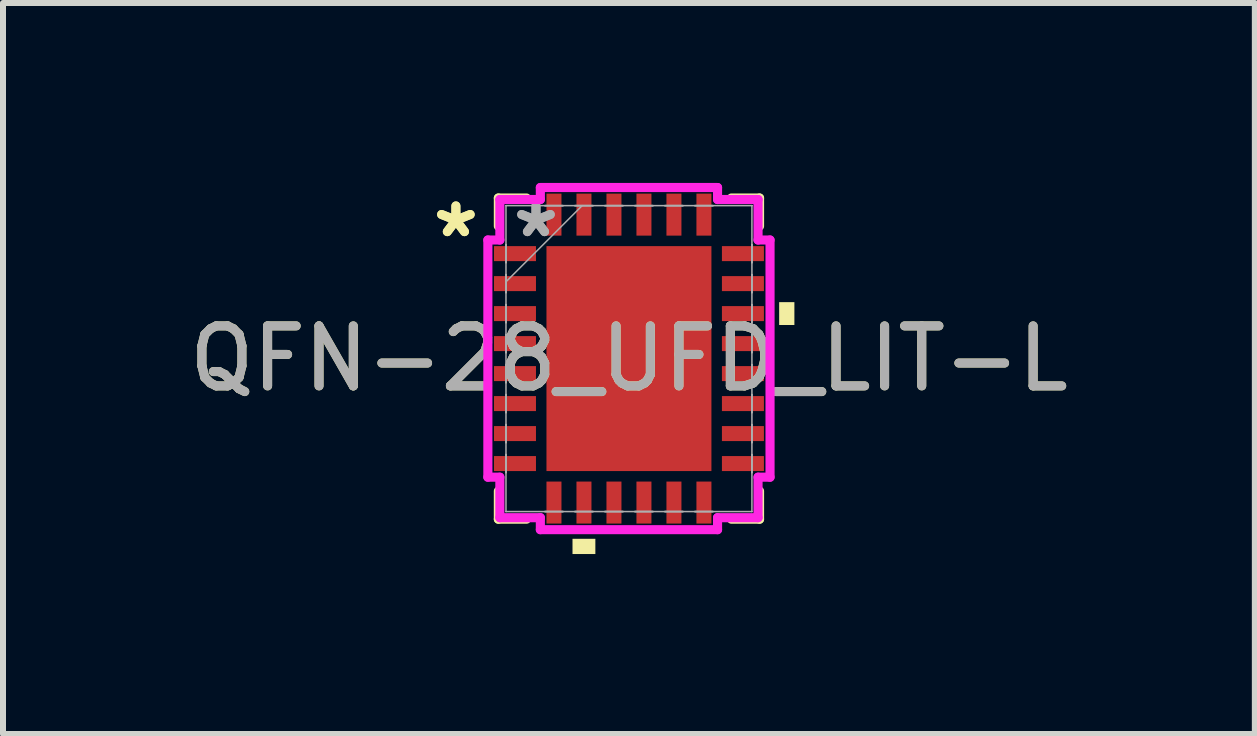
<source format=kicad_pcb>
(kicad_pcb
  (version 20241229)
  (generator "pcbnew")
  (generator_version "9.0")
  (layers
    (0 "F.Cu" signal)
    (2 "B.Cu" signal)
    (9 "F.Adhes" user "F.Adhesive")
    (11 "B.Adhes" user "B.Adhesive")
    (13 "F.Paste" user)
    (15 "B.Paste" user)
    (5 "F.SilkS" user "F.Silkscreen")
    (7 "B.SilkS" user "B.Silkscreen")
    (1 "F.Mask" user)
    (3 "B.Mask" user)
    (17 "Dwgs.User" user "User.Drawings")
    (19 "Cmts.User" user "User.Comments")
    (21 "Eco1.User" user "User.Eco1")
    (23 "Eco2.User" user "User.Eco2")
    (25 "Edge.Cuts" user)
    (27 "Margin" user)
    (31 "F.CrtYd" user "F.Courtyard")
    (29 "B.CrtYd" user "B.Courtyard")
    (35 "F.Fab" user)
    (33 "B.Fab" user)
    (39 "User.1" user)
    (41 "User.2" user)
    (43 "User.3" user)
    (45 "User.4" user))
  (footprint "QFN-28_UFD_LIT-L"
    (layer "F.Cu")
    (at 7.435 2.928)
    (property "Reference" "QFN-28_UFD_LIT-L" (at 0 0 0) (unlocked yes) (layer "F.SilkS") (effects (font (size 1 1) (thickness 0.15))))
    (attr smd)
    (fp_line (start -2.177 -2.677) (end -2.177 -2.208) (stroke (width 0.152) (type solid)) (layer "F.SilkS"))
    (fp_line (start -2.177 2.208) (end -2.177 2.677) (stroke (width 0.152) (type solid)) (layer "F.SilkS"))
    (fp_line (start -2.177 2.677) (end -1.708 2.677) (stroke (width 0.152) (type solid)) (layer "F.SilkS"))
    (fp_line (start -1.708 -2.677) (end -2.177 -2.677) (stroke (width 0.152) (type solid)) (layer "F.SilkS"))
    (fp_line (start 1.708 2.677) (end 2.177 2.677) (stroke (width 0.152) (type solid)) (layer "F.SilkS"))
    (fp_line (start 2.177 -2.677) (end 1.708 -2.677) (stroke (width 0.152) (type solid)) (layer "F.SilkS"))
    (fp_line (start 2.177 -2.208) (end 2.177 -2.677) (stroke (width 0.152) (type solid)) (layer "F.SilkS"))
    (fp_line (start 2.177 2.677) (end 2.177 2.208) (stroke (width 0.152) (type solid)) (layer "F.SilkS"))
    (fp_poly (pts (xy -0.941 3.004) (xy -0.941 3.258) (xy -0.56 3.258) (xy -0.56 3.004)) (stroke (width 0) (type solid)) (fill yes) (layer "F.SilkS"))
    (fp_poly (pts (xy 2.758 -0.941) (xy 2.758 -0.56) (xy 2.504 -0.56) (xy 2.504 -0.941)) (stroke (width 0) (type solid)) (fill yes) (layer "F.SilkS"))
    (fp_poly (pts (xy -1.275 -1.775) (xy -1.275 -0.1) (xy -0.1 -0.1) (xy -0.1 -1.775)) (stroke (width 0) (type solid)) (fill yes) (layer "F.Paste"))
    (fp_poly (pts (xy -1.275 0.1) (xy -1.275 1.775) (xy -0.1 1.775) (xy -0.1 0.1)) (stroke (width 0) (type solid)) (fill yes) (layer "F.Paste"))
    (fp_poly (pts (xy 0.1 -1.775) (xy 0.1 -0.1) (xy 1.275 -0.1) (xy 1.275 -1.775)) (stroke (width 0) (type solid)) (fill yes) (layer "F.Paste"))
    (fp_poly (pts (xy 0.1 0.1) (xy 0.1 1.775) (xy 1.275 1.775) (xy 1.275 0.1)) (stroke (width 0) (type solid)) (fill yes) (layer "F.Paste"))
    (fp_line (start -2.352 -1.977) (end -2.152 -1.977) (stroke (width 0.152) (type solid)) (layer "F.CrtYd"))
    (fp_line (start -2.352 1.977) (end -2.352 -1.977) (stroke (width 0.152) (type solid)) (layer "F.CrtYd"))
    (fp_line (start -2.152 -2.652) (end -1.477 -2.652) (stroke (width 0.152) (type solid)) (layer "F.CrtYd"))
    (fp_line (start -2.152 -1.977) (end -2.152 -2.652) (stroke (width 0.152) (type solid)) (layer "F.CrtYd"))
    (fp_line (start -2.152 1.977) (end -2.352 1.977) (stroke (width 0.152) (type solid)) (layer "F.CrtYd"))
    (fp_line (start -2.152 2.652) (end -2.152 1.977) (stroke (width 0.152) (type solid)) (layer "F.CrtYd"))
    (fp_line (start -1.477 -2.852) (end 1.477 -2.852) (stroke (width 0.152) (type solid)) (layer "F.CrtYd"))
    (fp_line (start -1.477 -2.652) (end -1.477 -2.852) (stroke (width 0.152) (type solid)) (layer "F.CrtYd"))
    (fp_line (start -1.477 2.652) (end -2.152 2.652) (stroke (width 0.152) (type solid)) (layer "F.CrtYd"))
    (fp_line (start -1.477 2.852) (end -1.477 2.652) (stroke (width 0.152) (type solid)) (layer "F.CrtYd"))
    (fp_line (start 1.477 -2.852) (end 1.477 -2.652) (stroke (width 0.152) (type solid)) (layer "F.CrtYd"))
    (fp_line (start 1.477 -2.652) (end 2.152 -2.652) (stroke (width 0.152) (type solid)) (layer "F.CrtYd"))
    (fp_line (start 1.477 2.652) (end 1.477 2.852) (stroke (width 0.152) (type solid)) (layer "F.CrtYd"))
    (fp_line (start 1.477 2.852) (end -1.477 2.852) (stroke (width 0.152) (type solid)) (layer "F.CrtYd"))
    (fp_line (start 2.152 -2.652) (end 2.152 -1.977) (stroke (width 0.152) (type solid)) (layer "F.CrtYd"))
    (fp_line (start 2.152 -1.977) (end 2.352 -1.977) (stroke (width 0.152) (type solid)) (layer "F.CrtYd"))
    (fp_line (start 2.152 1.977) (end 2.152 2.652) (stroke (width 0.152) (type solid)) (layer "F.CrtYd"))
    (fp_line (start 2.152 2.652) (end 1.477 2.652) (stroke (width 0.152) (type solid)) (layer "F.CrtYd"))
    (fp_line (start 2.352 -1.977) (end 2.352 1.977) (stroke (width 0.152) (type solid)) (layer "F.CrtYd"))
    (fp_line (start 2.352 1.977) (end 2.152 1.977) (stroke (width 0.152) (type solid)) (layer "F.CrtYd"))
    (fp_line (start -2.05 -2.55) (end -2.05 -2.55) (stroke (width 0.025) (type solid)) (layer "F.Fab"))
    (fp_line (start -2.05 -2.55) (end -2.05 2.55) (stroke (width 0.025) (type solid)) (layer "F.Fab"))
    (fp_line (start -2.05 -1.9) (end -2.05 -1.9) (stroke (width 0.025) (type solid)) (layer "F.Fab"))
    (fp_line (start -2.05 -1.9) (end -2.05 -1.6) (stroke (width 0.025) (type solid)) (layer "F.Fab"))
    (fp_line (start -2.05 -1.6) (end -2.05 -1.9) (stroke (width 0.025) (type solid)) (layer "F.Fab"))
    (fp_line (start -2.05 -1.6) (end -2.05 -1.6) (stroke (width 0.025) (type solid)) (layer "F.Fab"))
    (fp_line (start -2.05 -1.4) (end -2.05 -1.4) (stroke (width 0.025) (type solid)) (layer "F.Fab"))
    (fp_line (start -2.05 -1.4) (end -2.05 -1.1) (stroke (width 0.025) (type solid)) (layer "F.Fab"))
    (fp_line (start -2.05 -1.28) (end -0.78 -2.55) (stroke (width 0.025) (type solid)) (layer "F.Fab"))
    (fp_line (start -2.05 -1.1) (end -2.05 -1.4) (stroke (width 0.025) (type solid)) (layer "F.Fab"))
    (fp_line (start -2.05 -1.1) (end -2.05 -1.1) (stroke (width 0.025) (type solid)) (layer "F.Fab"))
    (fp_line (start -2.05 -0.9) (end -2.05 -0.9) (stroke (width 0.025) (type solid)) (layer "F.Fab"))
    (fp_line (start -2.05 -0.9) (end -2.05 -0.6) (stroke (width 0.025) (type solid)) (layer "F.Fab"))
    (fp_line (start -2.05 -0.6) (end -2.05 -0.9) (stroke (width 0.025) (type solid)) (layer "F.Fab"))
    (fp_line (start -2.05 -0.6) (end -2.05 -0.6) (stroke (width 0.025) (type solid)) (layer "F.Fab"))
    (fp_line (start -2.05 -0.4) (end -2.05 -0.4) (stroke (width 0.025) (type solid)) (layer "F.Fab"))
    (fp_line (start -2.05 -0.4) (end -2.05 -0.1) (stroke (width 0.025) (type solid)) (layer "F.Fab"))
    (fp_line (start -2.05 -0.1) (end -2.05 -0.4) (stroke (width 0.025) (type solid)) (layer "F.Fab"))
    (fp_line (start -2.05 -0.1) (end -2.05 -0.1) (stroke (width 0.025) (type solid)) (layer "F.Fab"))
    (fp_line (start -2.05 0.1) (end -2.05 0.1) (stroke (width 0.025) (type solid)) (layer "F.Fab"))
    (fp_line (start -2.05 0.1) (end -2.05 0.4) (stroke (width 0.025) (type solid)) (layer "F.Fab"))
    (fp_line (start -2.05 0.4) (end -2.05 0.1) (stroke (width 0.025) (type solid)) (layer "F.Fab"))
    (fp_line (start -2.05 0.4) (end -2.05 0.4) (stroke (width 0.025) (type solid)) (layer "F.Fab"))
    (fp_line (start -2.05 0.6) (end -2.05 0.6) (stroke (width 0.025) (type solid)) (layer "F.Fab"))
    (fp_line (start -2.05 0.6) (end -2.05 0.9) (stroke (width 0.025) (type solid)) (layer "F.Fab"))
    (fp_line (start -2.05 0.9) (end -2.05 0.6) (stroke (width 0.025) (type solid)) (layer "F.Fab"))
    (fp_line (start -2.05 0.9) (end -2.05 0.9) (stroke (width 0.025) (type solid)) (layer "F.Fab"))
    (fp_line (start -2.05 1.1) (end -2.05 1.1) (stroke (width 0.025) (type solid)) (layer "F.Fab"))
    (fp_line (start -2.05 1.1) (end -2.05 1.4) (stroke (width 0.025) (type solid)) (layer "F.Fab"))
    (fp_line (start -2.05 1.4) (end -2.05 1.1) (stroke (width 0.025) (type solid)) (layer "F.Fab"))
    (fp_line (start -2.05 1.4) (end -2.05 1.4) (stroke (width 0.025) (type solid)) (layer "F.Fab"))
    (fp_line (start -2.05 1.6) (end -2.05 1.6) (stroke (width 0.025) (type solid)) (layer "F.Fab"))
    (fp_line (start -2.05 1.6) (end -2.05 1.9) (stroke (width 0.025) (type solid)) (layer "F.Fab"))
    (fp_line (start -2.05 1.9) (end -2.05 1.6) (stroke (width 0.025) (type solid)) (layer "F.Fab"))
    (fp_line (start -2.05 1.9) (end -2.05 1.9) (stroke (width 0.025) (type solid)) (layer "F.Fab"))
    (fp_line (start -2.05 2.55) (end -2.05 2.55) (stroke (width 0.025) (type solid)) (layer "F.Fab"))
    (fp_line (start -2.05 2.55) (end 2.05 2.55) (stroke (width 0.025) (type solid)) (layer "F.Fab"))
    (fp_line (start -1.4 -2.55) (end -1.4 -2.55) (stroke (width 0.025) (type solid)) (layer "F.Fab"))
    (fp_line (start -1.4 -2.55) (end -1.1 -2.55) (stroke (width 0.025) (type solid)) (layer "F.Fab"))
    (fp_line (start -1.4 2.55) (end -1.4 2.55) (stroke (width 0.025) (type solid)) (layer "F.Fab"))
    (fp_line (start -1.4 2.55) (end -1.1 2.55) (stroke (width 0.025) (type solid)) (layer "F.Fab"))
    (fp_line (start -1.1 -2.55) (end -1.4 -2.55) (stroke (width 0.025) (type solid)) (layer "F.Fab"))
    (fp_line (start -1.1 -2.55) (end -1.1 -2.55) (stroke (width 0.025) (type solid)) (layer "F.Fab"))
    (fp_line (start -1.1 2.55) (end -1.4 2.55) (stroke (width 0.025) (type solid)) (layer "F.Fab"))
    (fp_line (start -1.1 2.55) (end -1.1 2.55) (stroke (width 0.025) (type solid)) (layer "F.Fab"))
    (fp_line (start -0.9 -2.55) (end -0.9 -2.55) (stroke (width 0.025) (type solid)) (layer "F.Fab"))
    (fp_line (start -0.9 -2.55) (end -0.6 -2.55) (stroke (width 0.025) (type solid)) (layer "F.Fab"))
    (fp_line (start -0.9 2.55) (end -0.9 2.55) (stroke (width 0.025) (type solid)) (layer "F.Fab"))
    (fp_line (start -0.9 2.55) (end -0.6 2.55) (stroke (width 0.025) (type solid)) (layer "F.Fab"))
    (fp_line (start -0.6 -2.55) (end -0.9 -2.55) (stroke (width 0.025) (type solid)) (layer "F.Fab"))
    (fp_line (start -0.6 -2.55) (end -0.6 -2.55) (stroke (width 0.025) (type solid)) (layer "F.Fab"))
    (fp_line (start -0.6 2.55) (end -0.9 2.55) (stroke (width 0.025) (type solid)) (layer "F.Fab"))
    (fp_line (start -0.6 2.55) (end -0.6 2.55) (stroke (width 0.025) (type solid)) (layer "F.Fab"))
    (fp_line (start -0.4 -2.55) (end -0.4 -2.55) (stroke (width 0.025) (type solid)) (layer "F.Fab"))
    (fp_line (start -0.4 -2.55) (end -0.1 -2.55) (stroke (width 0.025) (type solid)) (layer "F.Fab"))
    (fp_line (start -0.4 2.55) (end -0.4 2.55) (stroke (width 0.025) (type solid)) (layer "F.Fab"))
    (fp_line (start -0.4 2.55) (end -0.1 2.55) (stroke (width 0.025) (type solid)) (layer "F.Fab"))
    (fp_line (start -0.1 -2.55) (end -0.4 -2.55) (stroke (width 0.025) (type solid)) (layer "F.Fab"))
    (fp_line (start -0.1 -2.55) (end -0.1 -2.55) (stroke (width 0.025) (type solid)) (layer "F.Fab"))
    (fp_line (start -0.1 2.55) (end -0.4 2.55) (stroke (width 0.025) (type solid)) (layer "F.Fab"))
    (fp_line (start -0.1 2.55) (end -0.1 2.55) (stroke (width 0.025) (type solid)) (layer "F.Fab"))
    (fp_line (start 0.1 -2.55) (end 0.1 -2.55) (stroke (width 0.025) (type solid)) (layer "F.Fab"))
    (fp_line (start 0.1 -2.55) (end 0.4 -2.55) (stroke (width 0.025) (type solid)) (layer "F.Fab"))
    (fp_line (start 0.1 2.55) (end 0.1 2.55) (stroke (width 0.025) (type solid)) (layer "F.Fab"))
    (fp_line (start 0.1 2.55) (end 0.4 2.55) (stroke (width 0.025) (type solid)) (layer "F.Fab"))
    (fp_line (start 0.4 -2.55) (end 0.1 -2.55) (stroke (width 0.025) (type solid)) (layer "F.Fab"))
    (fp_line (start 0.4 -2.55) (end 0.4 -2.55) (stroke (width 0.025) (type solid)) (layer "F.Fab"))
    (fp_line (start 0.4 2.55) (end 0.1 2.55) (stroke (width 0.025) (type solid)) (layer "F.Fab"))
    (fp_line (start 0.4 2.55) (end 0.4 2.55) (stroke (width 0.025) (type solid)) (layer "F.Fab"))
    (fp_line (start 0.6 -2.55) (end 0.6 -2.55) (stroke (width 0.025) (type solid)) (layer "F.Fab"))
    (fp_line (start 0.6 -2.55) (end 0.9 -2.55) (stroke (width 0.025) (type solid)) (layer "F.Fab"))
    (fp_line (start 0.6 2.55) (end 0.6 2.55) (stroke (width 0.025) (type solid)) (layer "F.Fab"))
    (fp_line (start 0.6 2.55) (end 0.9 2.55) (stroke (width 0.025) (type solid)) (layer "F.Fab"))
    (fp_line (start 0.9 -2.55) (end 0.6 -2.55) (stroke (width 0.025) (type solid)) (layer "F.Fab"))
    (fp_line (start 0.9 -2.55) (end 0.9 -2.55) (stroke (width 0.025) (type solid)) (layer "F.Fab"))
    (fp_line (start 0.9 2.55) (end 0.6 2.55) (stroke (width 0.025) (type solid)) (layer "F.Fab"))
    (fp_line (start 0.9 2.55) (end 0.9 2.55) (stroke (width 0.025) (type solid)) (layer "F.Fab"))
    (fp_line (start 1.1 -2.55) (end 1.1 -2.55) (stroke (width 0.025) (type solid)) (layer "F.Fab"))
    (fp_line (start 1.1 -2.55) (end 1.4 -2.55) (stroke (width 0.025) (type solid)) (layer "F.Fab"))
    (fp_line (start 1.1 2.55) (end 1.1 2.55) (stroke (width 0.025) (type solid)) (layer "F.Fab"))
    (fp_line (start 1.1 2.55) (end 1.4 2.55) (stroke (width 0.025) (type solid)) (layer "F.Fab"))
    (fp_line (start 1.4 -2.55) (end 1.1 -2.55) (stroke (width 0.025) (type solid)) (layer "F.Fab"))
    (fp_line (start 1.4 -2.55) (end 1.4 -2.55) (stroke (width 0.025) (type solid)) (layer "F.Fab"))
    (fp_line (start 1.4 2.55) (end 1.1 2.55) (stroke (width 0.025) (type solid)) (layer "F.Fab"))
    (fp_line (start 1.4 2.55) (end 1.4 2.55) (stroke (width 0.025) (type solid)) (layer "F.Fab"))
    (fp_line (start 2.05 -2.55) (end -2.05 -2.55) (stroke (width 0.025) (type solid)) (layer "F.Fab"))
    (fp_line (start 2.05 -2.55) (end 2.05 -2.55) (stroke (width 0.025) (type solid)) (layer "F.Fab"))
    (fp_line (start 2.05 -1.9) (end 2.05 -1.9) (stroke (width 0.025) (type solid)) (layer "F.Fab"))
    (fp_line (start 2.05 -1.9) (end 2.05 -1.6) (stroke (width 0.025) (type solid)) (layer "F.Fab"))
    (fp_line (start 2.05 -1.6) (end 2.05 -1.9) (stroke (width 0.025) (type solid)) (layer "F.Fab"))
    (fp_line (start 2.05 -1.6) (end 2.05 -1.6) (stroke (width 0.025) (type solid)) (layer "F.Fab"))
    (fp_line (start 2.05 -1.4) (end 2.05 -1.4) (stroke (width 0.025) (type solid)) (layer "F.Fab"))
    (fp_line (start 2.05 -1.4) (end 2.05 -1.1) (stroke (width 0.025) (type solid)) (layer "F.Fab"))
    (fp_line (start 2.05 -1.1) (end 2.05 -1.4) (stroke (width 0.025) (type solid)) (layer "F.Fab"))
    (fp_line (start 2.05 -1.1) (end 2.05 -1.1) (stroke (width 0.025) (type solid)) (layer "F.Fab"))
    (fp_line (start 2.05 -0.9) (end 2.05 -0.9) (stroke (width 0.025) (type solid)) (layer "F.Fab"))
    (fp_line (start 2.05 -0.9) (end 2.05 -0.6) (stroke (width 0.025) (type solid)) (layer "F.Fab"))
    (fp_line (start 2.05 -0.6) (end 2.05 -0.9) (stroke (width 0.025) (type solid)) (layer "F.Fab"))
    (fp_line (start 2.05 -0.6) (end 2.05 -0.6) (stroke (width 0.025) (type solid)) (layer "F.Fab"))
    (fp_line (start 2.05 -0.4) (end 2.05 -0.4) (stroke (width 0.025) (type solid)) (layer "F.Fab"))
    (fp_line (start 2.05 -0.4) (end 2.05 -0.1) (stroke (width 0.025) (type solid)) (layer "F.Fab"))
    (fp_line (start 2.05 -0.1) (end 2.05 -0.4) (stroke (width 0.025) (type solid)) (layer "F.Fab"))
    (fp_line (start 2.05 -0.1) (end 2.05 -0.1) (stroke (width 0.025) (type solid)) (layer "F.Fab"))
    (fp_line (start 2.05 0.1) (end 2.05 0.1) (stroke (width 0.025) (type solid)) (layer "F.Fab"))
    (fp_line (start 2.05 0.1) (end 2.05 0.4) (stroke (width 0.025) (type solid)) (layer "F.Fab"))
    (fp_line (start 2.05 0.4) (end 2.05 0.1) (stroke (width 0.025) (type solid)) (layer "F.Fab"))
    (fp_line (start 2.05 0.4) (end 2.05 0.4) (stroke (width 0.025) (type solid)) (layer "F.Fab"))
    (fp_line (start 2.05 0.6) (end 2.05 0.6) (stroke (width 0.025) (type solid)) (layer "F.Fab"))
    (fp_line (start 2.05 0.6) (end 2.05 0.9) (stroke (width 0.025) (type solid)) (layer "F.Fab"))
    (fp_line (start 2.05 0.9) (end 2.05 0.6) (stroke (width 0.025) (type solid)) (layer "F.Fab"))
    (fp_line (start 2.05 0.9) (end 2.05 0.9) (stroke (width 0.025) (type solid)) (layer "F.Fab"))
    (fp_line (start 2.05 1.1) (end 2.05 1.1) (stroke (width 0.025) (type solid)) (layer "F.Fab"))
    (fp_line (start 2.05 1.1) (end 2.05 1.4) (stroke (width 0.025) (type solid)) (layer "F.Fab"))
    (fp_line (start 2.05 1.4) (end 2.05 1.1) (stroke (width 0.025) (type solid)) (layer "F.Fab"))
    (fp_line (start 2.05 1.4) (end 2.05 1.4) (stroke (width 0.025) (type solid)) (layer "F.Fab"))
    (fp_line (start 2.05 1.6) (end 2.05 1.6) (stroke (width 0.025) (type solid)) (layer "F.Fab"))
    (fp_line (start 2.05 1.6) (end 2.05 1.9) (stroke (width 0.025) (type solid)) (layer "F.Fab"))
    (fp_line (start 2.05 1.9) (end 2.05 1.6) (stroke (width 0.025) (type solid)) (layer "F.Fab"))
    (fp_line (start 2.05 1.9) (end 2.05 1.9) (stroke (width 0.025) (type solid)) (layer "F.Fab"))
    (fp_line (start 2.05 2.55) (end 2.05 -2.55) (stroke (width 0.025) (type solid)) (layer "F.Fab"))
    (fp_line (start 2.05 2.55) (end 2.05 2.55) (stroke (width 0.025) (type solid)) (layer "F.Fab"))
    (fp_text user "*" (at -2.885 -2 0) (layer "F.SilkS") (effects (font (size 1 1) (thickness 0.15))))
    (fp_text user "*" (at -2.885 -2 0) (unlocked yes) (layer "F.SilkS") (effects (font (size 1 1) (thickness 0.15))))
    (fp_text user "*" (at -1.55 -2 0) (layer "F.Fab") (effects (font (size 1 1) (thickness 0.15))))
    (fp_text user "${REFERENCE}" (at 0 0 0) (unlocked yes) (layer "F.Fab") (effects (font (size 1 1) (thickness 0.15))))
    (fp_text user "*" (at -1.55 -2 0) (unlocked yes) (layer "F.Fab") (effects (font (size 1 1) (thickness 0.15))))
    (pad "1" smd rect (at -1.9 -1.75 90) (size 0.25 0.7) (layers "F.Cu" "F.Mask" "F.Paste"))
    (pad "2" smd rect (at -1.9 -1.25 90) (size 0.25 0.7) (layers "F.Cu" "F.Mask" "F.Paste"))
    (pad "3" smd rect (at -1.9 -0.75 90) (size 0.25 0.7) (layers "F.Cu" "F.Mask" "F.Paste"))
    (pad "4" smd rect (at -1.9 -0.25 90) (size 0.25 0.7) (layers "F.Cu" "F.Mask" "F.Paste"))
    (pad "5" smd rect (at -1.9 0.25 90) (size 0.25 0.7) (layers "F.Cu" "F.Mask" "F.Paste"))
    (pad "6" smd rect (at -1.9 0.75 90) (size 0.25 0.7) (layers "F.Cu" "F.Mask" "F.Paste"))
    (pad "7" smd rect (at -1.9 1.25 90) (size 0.25 0.7) (layers "F.Cu" "F.Mask" "F.Paste"))
    (pad "8" smd rect (at -1.9 1.75 90) (size 0.25 0.7) (layers "F.Cu" "F.Mask" "F.Paste"))
    (pad "9" smd rect (at -1.25 2.4) (size 0.25 0.7) (layers "F.Cu" "F.Mask" "F.Paste"))
    (pad "10" smd rect (at -0.75 2.4) (size 0.25 0.7) (layers "F.Cu" "F.Mask" "F.Paste"))
    (pad "11" smd rect (at -0.25 2.4) (size 0.25 0.7) (layers "F.Cu" "F.Mask" "F.Paste"))
    (pad "12" smd rect (at 0.25 2.4) (size 0.25 0.7) (layers "F.Cu" "F.Mask" "F.Paste"))
    (pad "13" smd rect (at 0.75 2.4) (size 0.25 0.7) (layers "F.Cu" "F.Mask" "F.Paste"))
    (pad "14" smd rect (at 1.25 2.4) (size 0.25 0.7) (layers "F.Cu" "F.Mask" "F.Paste"))
    (pad "15" smd rect (at 1.9 1.75 90) (size 0.25 0.7) (layers "F.Cu" "F.Mask" "F.Paste"))
    (pad "16" smd rect (at 1.9 1.25 90) (size 0.25 0.7) (layers "F.Cu" "F.Mask" "F.Paste"))
    (pad "17" smd rect (at 1.9 0.75 90) (size 0.25 0.7) (layers "F.Cu" "F.Mask" "F.Paste"))
    (pad "18" smd rect (at 1.9 0.25 90) (size 0.25 0.7) (layers "F.Cu" "F.Mask" "F.Paste"))
    (pad "19" smd rect (at 1.9 -0.25 90) (size 0.25 0.7) (layers "F.Cu" "F.Mask" "F.Paste"))
    (pad "20" smd rect (at 1.9 -0.75 90) (size 0.25 0.7) (layers "F.Cu" "F.Mask" "F.Paste"))
    (pad "21" smd rect (at 1.9 -1.25 90) (size 0.25 0.7) (layers "F.Cu" "F.Mask" "F.Paste"))
    (pad "22" smd rect (at 1.9 -1.75 90) (size 0.25 0.7) (layers "F.Cu" "F.Mask" "F.Paste"))
    (pad "23" smd rect (at 1.25 -2.4) (size 0.25 0.7) (layers "F.Cu" "F.Mask" "F.Paste"))
    (pad "24" smd rect (at 0.75 -2.4) (size 0.25 0.7) (layers "F.Cu" "F.Mask" "F.Paste"))
    (pad "25" smd rect (at 0.25 -2.4) (size 0.25 0.7) (layers "F.Cu" "F.Mask" "F.Paste"))
    (pad "26" smd rect (at -0.25 -2.4) (size 0.25 0.7) (layers "F.Cu" "F.Mask" "F.Paste"))
    (pad "27" smd rect (at -0.75 -2.4) (size 0.25 0.7) (layers "F.Cu" "F.Mask" "F.Paste"))
    (pad "28" smd rect (at -1.25 -2.4) (size 0.25 0.7) (layers "F.Cu" "F.Mask" "F.Paste"))
    (pad "29" smd rect (at 0 0) (size 2.75 3.75) (layers "F.Cu" "F.Mask" "F.Paste")))
  (gr_rect
    (start -3 -3)
    (end 17.869 9.186)
    (stroke (width 0.1) (type default))
    (fill no)
    (layer "Edge.Cuts")))
</source>
